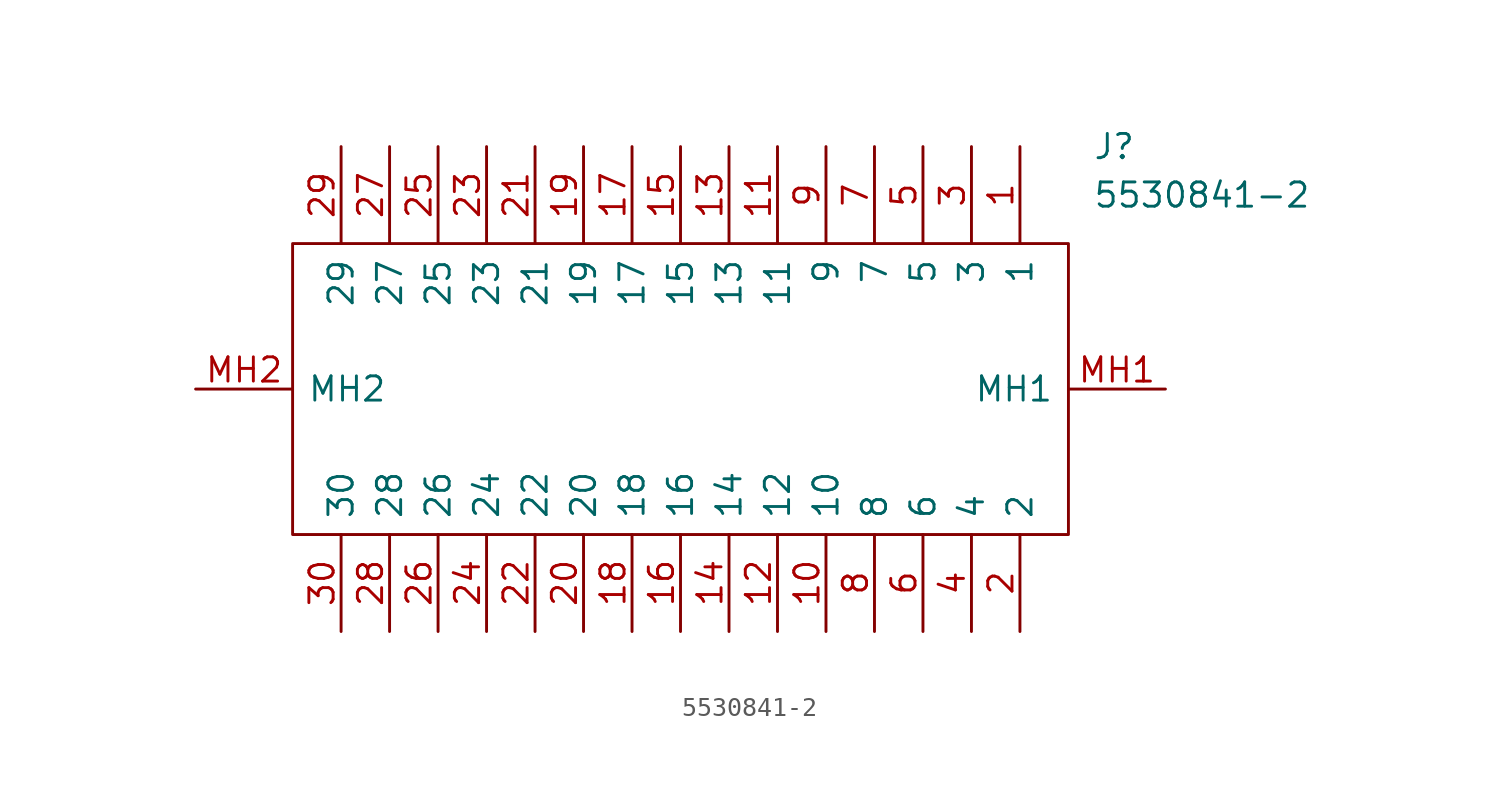
<source format=kicad_sym>
(kicad_symbol_lib
  (version 20211014)
  (generator kicad_symbol_editor)
  (symbol "5530841-2"
    (pin_names
      (offset 0.762))
    (property "Reference" "J"
      (at 46.99 12.7 0)
      (effects (font (size 1.27 1.27)) (justify left)))
    (property "Value" "5530841-2"
      (at 46.99 10.16 0)
      (effects (font (size 1.27 1.27)) (justify left)))
    (symbol "5530841-2_0_0"
      (pin passive line (at 43.18 12.7 270) (length 5.08) (name "1" (effects (font (size 1.27 1.27)))) (number "1" (effects (font (size 1.27 1.27)))))
      (pin passive line (at 33.02 -12.7 90) (length 5.08) (name "10" (effects (font (size 1.27 1.27)))) (number "10" (effects (font (size 1.27 1.27)))))
      (pin passive line (at 30.48 12.7 270) (length 5.08) (name "11" (effects (font (size 1.27 1.27)))) (number "11" (effects (font (size 1.27 1.27)))))
      (pin passive line (at 30.48 -12.7 90) (length 5.08) (name "12" (effects (font (size 1.27 1.27)))) (number "12" (effects (font (size 1.27 1.27)))))
      (pin passive line (at 27.94 12.7 270) (length 5.08) (name "13" (effects (font (size 1.27 1.27)))) (number "13" (effects (font (size 1.27 1.27)))))
      (pin passive line (at 27.94 -12.7 90) (length 5.08) (name "14" (effects (font (size 1.27 1.27)))) (number "14" (effects (font (size 1.27 1.27)))))
      (pin passive line (at 25.4 12.7 270) (length 5.08) (name "15" (effects (font (size 1.27 1.27)))) (number "15" (effects (font (size 1.27 1.27)))))
      (pin passive line (at 25.4 -12.7 90) (length 5.08) (name "16" (effects (font (size 1.27 1.27)))) (number "16" (effects (font (size 1.27 1.27)))))
      (pin passive line (at 22.86 12.7 270) (length 5.08) (name "17" (effects (font (size 1.27 1.27)))) (number "17" (effects (font (size 1.27 1.27)))))
      (pin passive line (at 22.86 -12.7 90) (length 5.08) (name "18" (effects (font (size 1.27 1.27)))) (number "18" (effects (font (size 1.27 1.27)))))
      (pin passive line (at 20.32 12.7 270) (length 5.08) (name "19" (effects (font (size 1.27 1.27)))) (number "19" (effects (font (size 1.27 1.27)))))
      (pin passive line (at 43.18 -12.7 90) (length 5.08) (name "2" (effects (font (size 1.27 1.27)))) (number "2" (effects (font (size 1.27 1.27)))))
      (pin passive line (at 20.32 -12.7 90) (length 5.08) (name "20" (effects (font (size 1.27 1.27)))) (number "20" (effects (font (size 1.27 1.27)))))
      (pin passive line (at 17.78 12.7 270) (length 5.08) (name "21" (effects (font (size 1.27 1.27)))) (number "21" (effects (font (size 1.27 1.27)))))
      (pin passive line (at 17.78 -12.7 90) (length 5.08) (name "22" (effects (font (size 1.27 1.27)))) (number "22" (effects (font (size 1.27 1.27)))))
      (pin passive line (at 15.24 12.7 270) (length 5.08) (name "23" (effects (font (size 1.27 1.27)))) (number "23" (effects (font (size 1.27 1.27)))))
      (pin passive line (at 15.24 -12.7 90) (length 5.08) (name "24" (effects (font (size 1.27 1.27)))) (number "24" (effects (font (size 1.27 1.27)))))
      (pin passive line (at 12.7 12.7 270) (length 5.08) (name "25" (effects (font (size 1.27 1.27)))) (number "25" (effects (font (size 1.27 1.27)))))
      (pin passive line (at 12.7 -12.7 90) (length 5.08) (name "26" (effects (font (size 1.27 1.27)))) (number "26" (effects (font (size 1.27 1.27)))))
      (pin passive line (at 10.16 12.7 270) (length 5.08) (name "27" (effects (font (size 1.27 1.27)))) (number "27" (effects (font (size 1.27 1.27)))))
      (pin passive line (at 10.16 -12.7 90) (length 5.08) (name "28" (effects (font (size 1.27 1.27)))) (number "28" (effects (font (size 1.27 1.27)))))
      (pin passive line (at 7.62 12.7 270) (length 5.08) (name "29" (effects (font (size 1.27 1.27)))) (number "29" (effects (font (size 1.27 1.27)))))
      (pin passive line (at 40.64 12.7 270) (length 5.08) (name "3" (effects (font (size 1.27 1.27)))) (number "3" (effects (font (size 1.27 1.27)))))
      (pin passive line (at 7.62 -12.7 90) (length 5.08) (name "30" (effects (font (size 1.27 1.27)))) (number "30" (effects (font (size 1.27 1.27)))))
      (pin passive line (at 40.64 -12.7 90) (length 5.08) (name "4" (effects (font (size 1.27 1.27)))) (number "4" (effects (font (size 1.27 1.27)))))
      (pin passive line (at 38.1 12.7 270) (length 5.08) (name "5" (effects (font (size 1.27 1.27)))) (number "5" (effects (font (size 1.27 1.27)))))
      (pin passive line (at 38.1 -12.7 90) (length 5.08) (name "6" (effects (font (size 1.27 1.27)))) (number "6" (effects (font (size 1.27 1.27)))))
      (pin passive line (at 35.56 12.7 270) (length 5.08) (name "7" (effects (font (size 1.27 1.27)))) (number "7" (effects (font (size 1.27 1.27)))))
      (pin passive line (at 35.56 -12.7 90) (length 5.08) (name "8" (effects (font (size 1.27 1.27)))) (number "8" (effects (font (size 1.27 1.27)))))
      (pin passive line (at 33.02 12.7 270) (length 5.08) (name "9" (effects (font (size 1.27 1.27)))) (number "9" (effects (font (size 1.27 1.27)))))
      (pin passive line (at 50.8 0 180) (length 5.08) (name "MH1" (effects (font (size 1.27 1.27)))) (number "MH1" (effects (font (size 1.27 1.27)))))
      (pin passive line (at 0 0 0) (length 5.08) (name "MH2" (effects (font (size 1.27 1.27)))) (number "MH2" (effects (font (size 1.27 1.27))))))
    (symbol "5530841-2_0_1"
      (polyline (pts (xy 5.08 7.62) (xy 45.72 7.62) (xy 45.72 -7.62) (xy 5.08 -7.62) (xy 5.08 7.62)) (stroke (width 0.152) (type default) (color 0 0 0 0)) (fill (type none))))))
</source>
